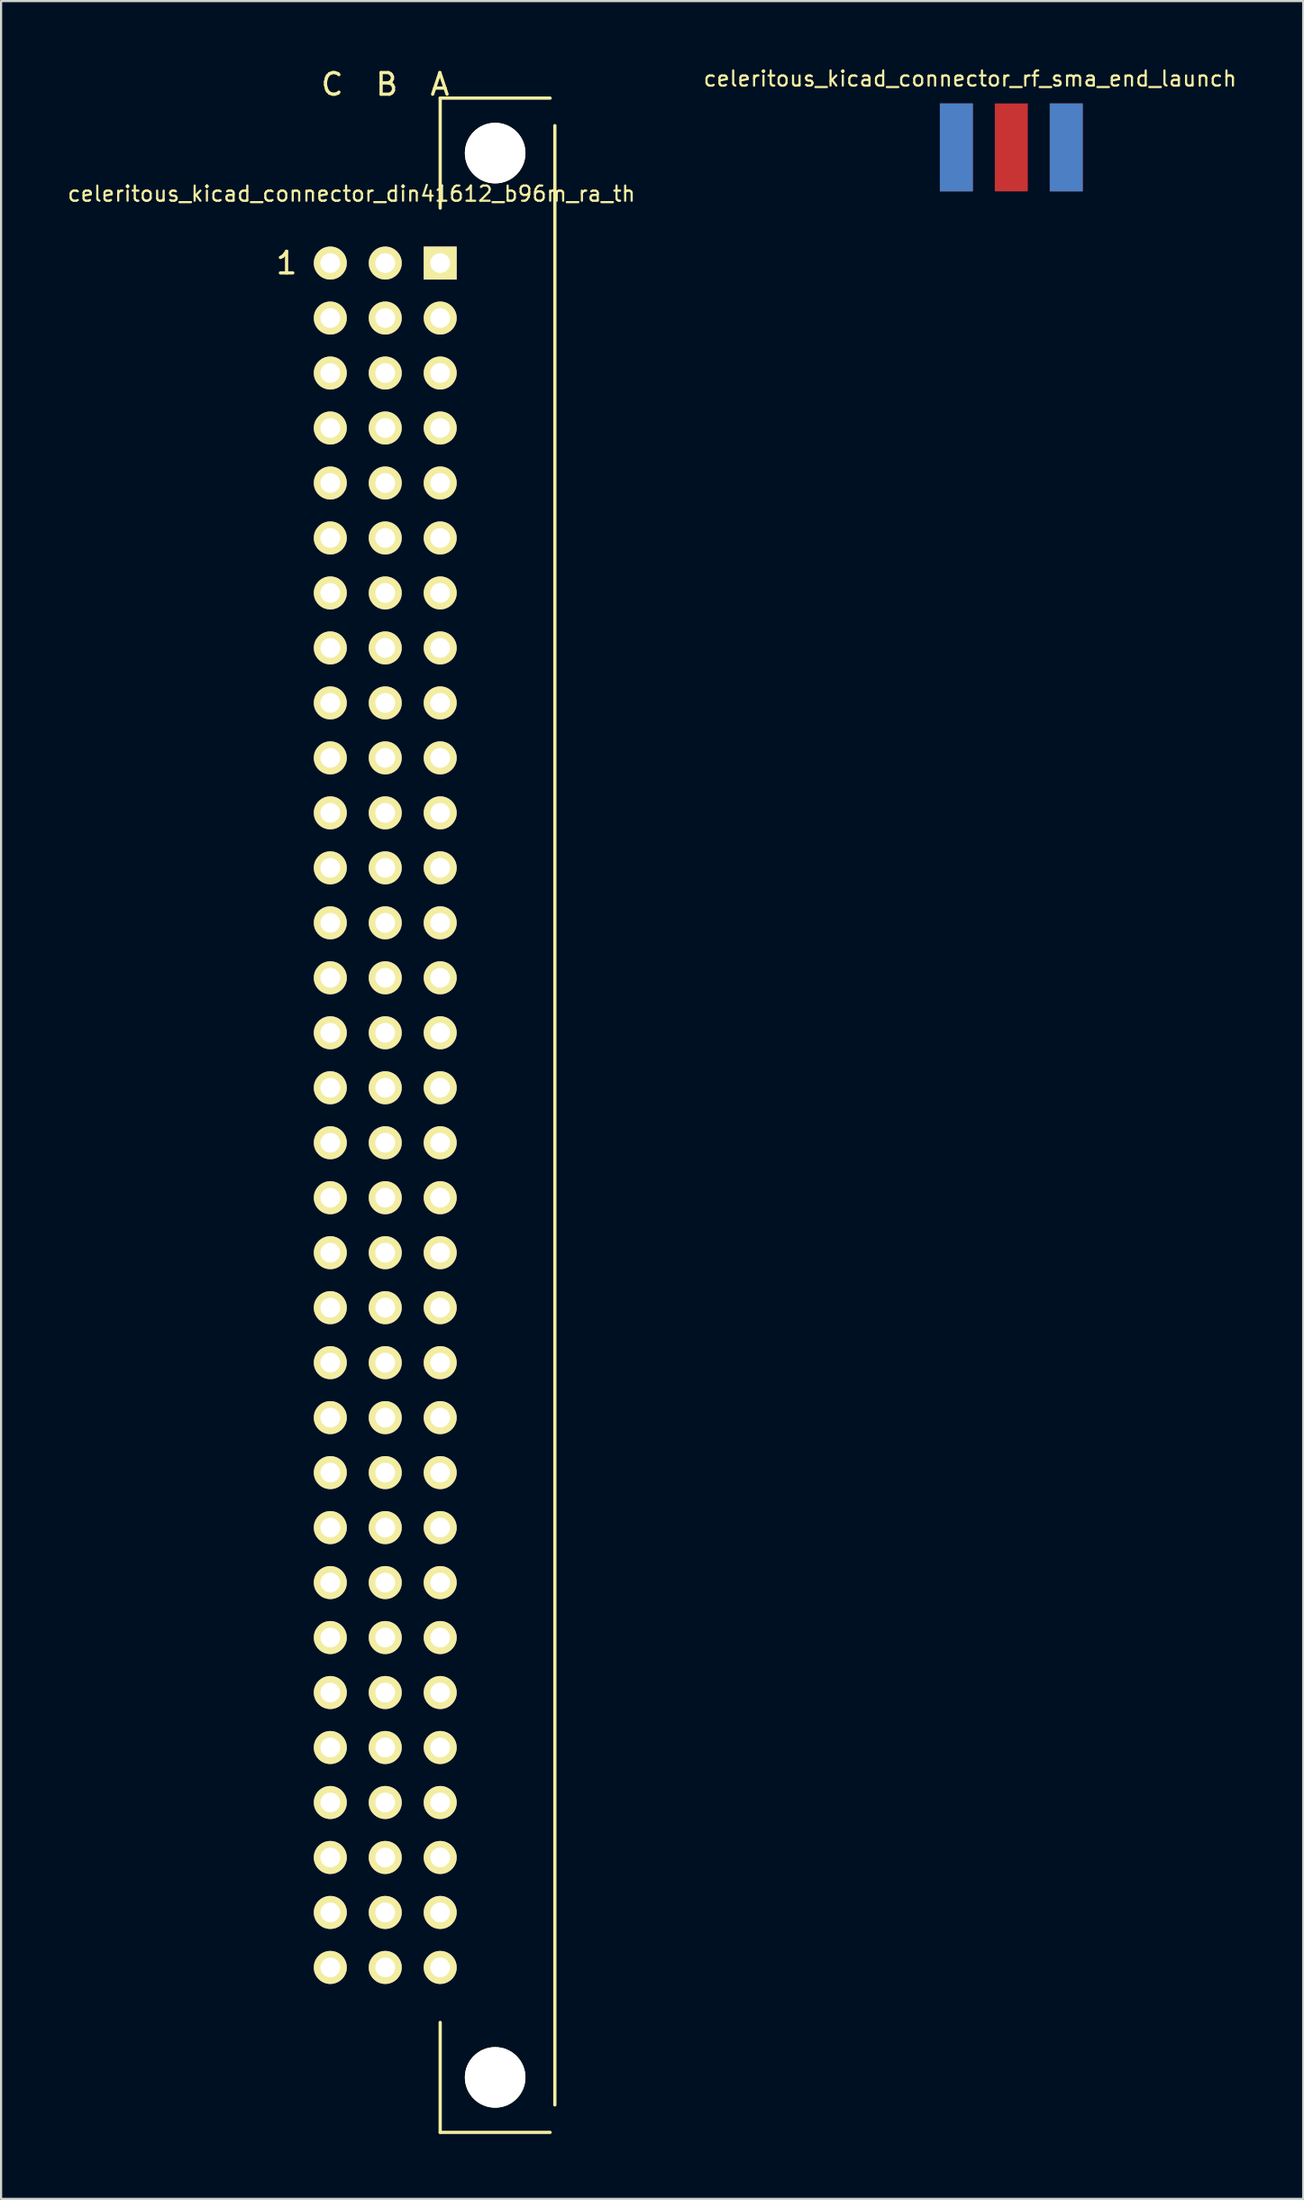
<source format=kicad_pcb>
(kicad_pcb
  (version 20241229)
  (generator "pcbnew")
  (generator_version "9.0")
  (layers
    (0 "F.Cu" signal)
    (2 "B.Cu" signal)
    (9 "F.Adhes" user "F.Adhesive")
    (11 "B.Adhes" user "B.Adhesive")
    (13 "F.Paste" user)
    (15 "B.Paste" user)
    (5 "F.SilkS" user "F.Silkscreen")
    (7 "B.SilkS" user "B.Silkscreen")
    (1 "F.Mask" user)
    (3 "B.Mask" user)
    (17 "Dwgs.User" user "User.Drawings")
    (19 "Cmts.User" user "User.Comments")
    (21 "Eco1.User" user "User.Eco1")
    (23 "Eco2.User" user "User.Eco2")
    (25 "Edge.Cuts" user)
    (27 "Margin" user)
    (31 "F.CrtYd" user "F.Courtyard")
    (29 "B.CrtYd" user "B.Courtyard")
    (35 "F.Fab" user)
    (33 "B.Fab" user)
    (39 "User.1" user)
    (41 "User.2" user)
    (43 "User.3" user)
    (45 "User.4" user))
  (footprint "celeritous_kicad_connector_din41612_b96m_ra_th"
    (layer "F.Cu")
    (at 17.297 9.103)
    (property "Reference" "celeritous_kicad_connector_din41612_b96m_ra_th" (at -4.1 -3.2 0) (layer "F.SilkS") (effects (font (size 0.7 0.7) (thickness 0.1))))
    (attr through_hole)
    (fp_line (start 0 -7.62) (end 5.08 -7.62) (stroke (width 0.15) (type solid)) (layer "F.SilkS"))
    (fp_line (start 0 -2.54) (end 0 -7.62) (stroke (width 0.15) (type solid)) (layer "F.SilkS"))
    (fp_line (start 0 81.28) (end 0 86.36) (stroke (width 0.15) (type solid)) (layer "F.SilkS"))
    (fp_line (start 0 86.36) (end 5.08 86.36) (stroke (width 0.15) (type solid)) (layer "F.SilkS"))
    (fp_line (start 5.3 85.09) (end 5.3 -6.35) (stroke (width 0.15) (type solid)) (layer "F.SilkS"))
    (fp_text user "1" (at -7.1 0 0) (layer "F.SilkS") (effects (font (size 1 1) (thickness 0.15))))
    (fp_text user "C  B  A" (at -2.54 -8.255 0) (layer "F.SilkS") (effects (font (size 1 1) (thickness 0.15))))
    (pad "" np_thru_hole circle (at 2.54 -5.08) (size 2.8 2.8) (drill 2.8) (layers "*.Cu" "*.Mask" "F.SilkS"))
    (pad "" np_thru_hole circle (at 2.54 83.82) (size 2.8 2.8) (drill 2.8) (layers "*.Cu" "*.Mask" "F.SilkS"))
    (pad "A1" thru_hole rect (at 0 0) (size 1.524 1.524) (drill 0.914) (layers "*.Cu" "*.Mask" "F.SilkS"))
    (pad "A2" thru_hole circle (at 0 2.54) (size 1.524 1.524) (drill 0.914) (layers "*.Cu" "*.Mask" "F.SilkS"))
    (pad "A3" thru_hole circle (at 0 5.08) (size 1.524 1.524) (drill 0.914) (layers "*.Cu" "*.Mask" "F.SilkS"))
    (pad "A4" thru_hole circle (at 0 7.62) (size 1.524 1.524) (drill 0.914) (layers "*.Cu" "*.Mask" "F.SilkS"))
    (pad "A5" thru_hole circle (at 0 10.16) (size 1.524 1.524) (drill 0.914) (layers "*.Cu" "*.Mask" "F.SilkS"))
    (pad "A6" thru_hole circle (at 0 12.7) (size 1.524 1.524) (drill 0.914) (layers "*.Cu" "*.Mask" "F.SilkS"))
    (pad "A7" thru_hole circle (at 0 15.24) (size 1.524 1.524) (drill 0.914) (layers "*.Cu" "*.Mask" "F.SilkS"))
    (pad "A8" thru_hole circle (at 0 17.78) (size 1.524 1.524) (drill 0.914) (layers "*.Cu" "*.Mask" "F.SilkS"))
    (pad "A9" thru_hole circle (at 0 20.32) (size 1.524 1.524) (drill 0.914) (layers "*.Cu" "*.Mask" "F.SilkS"))
    (pad "A10" thru_hole circle (at 0 22.86) (size 1.524 1.524) (drill 0.914) (layers "*.Cu" "*.Mask" "F.SilkS"))
    (pad "A11" thru_hole circle (at 0 25.4) (size 1.524 1.524) (drill 0.914) (layers "*.Cu" "*.Mask" "F.SilkS"))
    (pad "A12" thru_hole circle (at 0 27.94) (size 1.524 1.524) (drill 0.914) (layers "*.Cu" "*.Mask" "F.SilkS"))
    (pad "A13" thru_hole circle (at 0 30.48) (size 1.524 1.524) (drill 0.914) (layers "*.Cu" "*.Mask" "F.SilkS"))
    (pad "A14" thru_hole circle (at 0 33.02) (size 1.524 1.524) (drill 0.914) (layers "*.Cu" "*.Mask" "F.SilkS"))
    (pad "A15" thru_hole circle (at 0 35.56) (size 1.524 1.524) (drill 0.914) (layers "*.Cu" "*.Mask" "F.SilkS"))
    (pad "A16" thru_hole circle (at 0 38.1) (size 1.524 1.524) (drill 0.914) (layers "*.Cu" "*.Mask" "F.SilkS"))
    (pad "A17" thru_hole circle (at 0 40.64) (size 1.524 1.524) (drill 0.914) (layers "*.Cu" "*.Mask" "F.SilkS"))
    (pad "A18" thru_hole circle (at 0 43.18) (size 1.524 1.524) (drill 0.914) (layers "*.Cu" "*.Mask" "F.SilkS"))
    (pad "A19" thru_hole circle (at 0 45.72) (size 1.524 1.524) (drill 0.914) (layers "*.Cu" "*.Mask" "F.SilkS"))
    (pad "A20" thru_hole circle (at 0 48.26) (size 1.524 1.524) (drill 0.914) (layers "*.Cu" "*.Mask" "F.SilkS"))
    (pad "A21" thru_hole circle (at 0 50.8) (size 1.524 1.524) (drill 0.914) (layers "*.Cu" "*.Mask" "F.SilkS"))
    (pad "A22" thru_hole circle (at 0 53.34) (size 1.524 1.524) (drill 0.914) (layers "*.Cu" "*.Mask" "F.SilkS"))
    (pad "A23" thru_hole circle (at 0 55.88) (size 1.524 1.524) (drill 0.914) (layers "*.Cu" "*.Mask" "F.SilkS"))
    (pad "A24" thru_hole circle (at 0 58.42) (size 1.524 1.524) (drill 0.914) (layers "*.Cu" "*.Mask" "F.SilkS"))
    (pad "A25" thru_hole circle (at 0 60.96) (size 1.524 1.524) (drill 0.914) (layers "*.Cu" "*.Mask" "F.SilkS"))
    (pad "A26" thru_hole circle (at 0 63.5) (size 1.524 1.524) (drill 0.914) (layers "*.Cu" "*.Mask" "F.SilkS"))
    (pad "A27" thru_hole circle (at 0 66.04) (size 1.524 1.524) (drill 0.914) (layers "*.Cu" "*.Mask" "F.SilkS"))
    (pad "A28" thru_hole circle (at 0 68.58) (size 1.524 1.524) (drill 0.914) (layers "*.Cu" "*.Mask" "F.SilkS"))
    (pad "A29" thru_hole circle (at 0 71.12) (size 1.524 1.524) (drill 0.914) (layers "*.Cu" "*.Mask" "F.SilkS"))
    (pad "A30" thru_hole circle (at 0 73.66) (size 1.524 1.524) (drill 0.914) (layers "*.Cu" "*.Mask" "F.SilkS"))
    (pad "A31" thru_hole circle (at 0 76.2) (size 1.524 1.524) (drill 0.914) (layers "*.Cu" "*.Mask" "F.SilkS"))
    (pad "A32" thru_hole circle (at 0 78.74) (size 1.524 1.524) (drill 0.914) (layers "*.Cu" "*.Mask" "F.SilkS"))
    (pad "B1" thru_hole circle (at -2.54 0) (size 1.524 1.524) (drill 0.914) (layers "*.Cu" "*.Mask" "F.SilkS"))
    (pad "B2" thru_hole circle (at -2.54 2.54) (size 1.524 1.524) (drill 0.914) (layers "*.Cu" "*.Mask" "F.SilkS"))
    (pad "B3" thru_hole circle (at -2.54 5.08) (size 1.524 1.524) (drill 0.914) (layers "*.Cu" "*.Mask" "F.SilkS"))
    (pad "B4" thru_hole circle (at -2.54 7.62) (size 1.524 1.524) (drill 0.914) (layers "*.Cu" "*.Mask" "F.SilkS"))
    (pad "B5" thru_hole circle (at -2.54 10.16) (size 1.524 1.524) (drill 0.914) (layers "*.Cu" "*.Mask" "F.SilkS"))
    (pad "B6" thru_hole circle (at -2.54 12.7) (size 1.524 1.524) (drill 0.914) (layers "*.Cu" "*.Mask" "F.SilkS"))
    (pad "B7" thru_hole circle (at -2.54 15.24) (size 1.524 1.524) (drill 0.914) (layers "*.Cu" "*.Mask" "F.SilkS"))
    (pad "B8" thru_hole circle (at -2.54 17.78) (size 1.524 1.524) (drill 0.914) (layers "*.Cu" "*.Mask" "F.SilkS"))
    (pad "B9" thru_hole circle (at -2.54 20.32) (size 1.524 1.524) (drill 0.914) (layers "*.Cu" "*.Mask" "F.SilkS"))
    (pad "B10" thru_hole circle (at -2.54 22.86) (size 1.524 1.524) (drill 0.914) (layers "*.Cu" "*.Mask" "F.SilkS"))
    (pad "B11" thru_hole circle (at -2.54 25.4) (size 1.524 1.524) (drill 0.914) (layers "*.Cu" "*.Mask" "F.SilkS"))
    (pad "B12" thru_hole circle (at -2.54 27.94) (size 1.524 1.524) (drill 0.914) (layers "*.Cu" "*.Mask" "F.SilkS"))
    (pad "B13" thru_hole circle (at -2.54 30.48) (size 1.524 1.524) (drill 0.914) (layers "*.Cu" "*.Mask" "F.SilkS"))
    (pad "B14" thru_hole circle (at -2.54 33.02) (size 1.524 1.524) (drill 0.914) (layers "*.Cu" "*.Mask" "F.SilkS"))
    (pad "B15" thru_hole circle (at -2.54 35.56) (size 1.524 1.524) (drill 0.914) (layers "*.Cu" "*.Mask" "F.SilkS"))
    (pad "B16" thru_hole circle (at -2.54 38.1) (size 1.524 1.524) (drill 0.914) (layers "*.Cu" "*.Mask" "F.SilkS"))
    (pad "B17" thru_hole circle (at -2.54 40.64) (size 1.524 1.524) (drill 0.914) (layers "*.Cu" "*.Mask" "F.SilkS"))
    (pad "B18" thru_hole circle (at -2.54 43.18) (size 1.524 1.524) (drill 0.914) (layers "*.Cu" "*.Mask" "F.SilkS"))
    (pad "B19" thru_hole circle (at -2.54 45.72) (size 1.524 1.524) (drill 0.914) (layers "*.Cu" "*.Mask" "F.SilkS"))
    (pad "B20" thru_hole circle (at -2.54 48.26) (size 1.524 1.524) (drill 0.914) (layers "*.Cu" "*.Mask" "F.SilkS"))
    (pad "B21" thru_hole circle (at -2.54 50.8) (size 1.524 1.524) (drill 0.914) (layers "*.Cu" "*.Mask" "F.SilkS"))
    (pad "B22" thru_hole circle (at -2.54 53.34) (size 1.524 1.524) (drill 0.914) (layers "*.Cu" "*.Mask" "F.SilkS"))
    (pad "B23" thru_hole circle (at -2.54 55.88) (size 1.524 1.524) (drill 0.914) (layers "*.Cu" "*.Mask" "F.SilkS"))
    (pad "B24" thru_hole circle (at -2.54 58.42) (size 1.524 1.524) (drill 0.914) (layers "*.Cu" "*.Mask" "F.SilkS"))
    (pad "B25" thru_hole circle (at -2.54 60.96) (size 1.524 1.524) (drill 0.914) (layers "*.Cu" "*.Mask" "F.SilkS"))
    (pad "B26" thru_hole circle (at -2.54 63.5) (size 1.524 1.524) (drill 0.914) (layers "*.Cu" "*.Mask" "F.SilkS"))
    (pad "B27" thru_hole circle (at -2.54 66.04) (size 1.524 1.524) (drill 0.914) (layers "*.Cu" "*.Mask" "F.SilkS"))
    (pad "B28" thru_hole circle (at -2.54 68.58) (size 1.524 1.524) (drill 0.914) (layers "*.Cu" "*.Mask" "F.SilkS"))
    (pad "B29" thru_hole circle (at -2.54 71.12) (size 1.524 1.524) (drill 0.914) (layers "*.Cu" "*.Mask" "F.SilkS"))
    (pad "B30" thru_hole circle (at -2.54 73.66) (size 1.524 1.524) (drill 0.914) (layers "*.Cu" "*.Mask" "F.SilkS"))
    (pad "B31" thru_hole circle (at -2.54 76.2) (size 1.524 1.524) (drill 0.914) (layers "*.Cu" "*.Mask" "F.SilkS"))
    (pad "B32" thru_hole circle (at -2.54 78.74) (size 1.524 1.524) (drill 0.914) (layers "*.Cu" "*.Mask" "F.SilkS"))
    (pad "C1" thru_hole circle (at -5.08 0) (size 1.524 1.524) (drill 0.914) (layers "*.Cu" "*.Mask" "F.SilkS"))
    (pad "C2" thru_hole circle (at -5.08 2.54) (size 1.524 1.524) (drill 0.914) (layers "*.Cu" "*.Mask" "F.SilkS"))
    (pad "C3" thru_hole circle (at -5.08 5.08) (size 1.524 1.524) (drill 0.914) (layers "*.Cu" "*.Mask" "F.SilkS"))
    (pad "C4" thru_hole circle (at -5.08 7.62) (size 1.524 1.524) (drill 0.914) (layers "*.Cu" "*.Mask" "F.SilkS"))
    (pad "C5" thru_hole circle (at -5.08 10.16) (size 1.524 1.524) (drill 0.914) (layers "*.Cu" "*.Mask" "F.SilkS"))
    (pad "C6" thru_hole circle (at -5.08 12.7) (size 1.524 1.524) (drill 0.914) (layers "*.Cu" "*.Mask" "F.SilkS"))
    (pad "C7" thru_hole circle (at -5.08 15.24) (size 1.524 1.524) (drill 0.914) (layers "*.Cu" "*.Mask" "F.SilkS"))
    (pad "C8" thru_hole circle (at -5.08 17.78) (size 1.524 1.524) (drill 0.914) (layers "*.Cu" "*.Mask" "F.SilkS"))
    (pad "C9" thru_hole circle (at -5.08 20.32) (size 1.524 1.524) (drill 0.914) (layers "*.Cu" "*.Mask" "F.SilkS"))
    (pad "C10" thru_hole circle (at -5.08 22.86) (size 1.524 1.524) (drill 0.914) (layers "*.Cu" "*.Mask" "F.SilkS"))
    (pad "C11" thru_hole circle (at -5.08 25.4) (size 1.524 1.524) (drill 0.914) (layers "*.Cu" "*.Mask" "F.SilkS"))
    (pad "C12" thru_hole circle (at -5.08 27.94) (size 1.524 1.524) (drill 0.914) (layers "*.Cu" "*.Mask" "F.SilkS"))
    (pad "C13" thru_hole circle (at -5.08 30.48) (size 1.524 1.524) (drill 0.914) (layers "*.Cu" "*.Mask" "F.SilkS"))
    (pad "C14" thru_hole circle (at -5.08 33.02) (size 1.524 1.524) (drill 0.914) (layers "*.Cu" "*.Mask" "F.SilkS"))
    (pad "C15" thru_hole circle (at -5.08 35.56) (size 1.524 1.524) (drill 0.914) (layers "*.Cu" "*.Mask" "F.SilkS"))
    (pad "C16" thru_hole circle (at -5.08 38.1) (size 1.524 1.524) (drill 0.914) (layers "*.Cu" "*.Mask" "F.SilkS"))
    (pad "C17" thru_hole circle (at -5.08 40.64) (size 1.524 1.524) (drill 0.914) (layers "*.Cu" "*.Mask" "F.SilkS"))
    (pad "C18" thru_hole circle (at -5.08 43.18) (size 1.524 1.524) (drill 0.914) (layers "*.Cu" "*.Mask" "F.SilkS"))
    (pad "C19" thru_hole circle (at -5.08 45.72) (size 1.524 1.524) (drill 0.914) (layers "*.Cu" "*.Mask" "F.SilkS"))
    (pad "C20" thru_hole circle (at -5.08 48.26) (size 1.524 1.524) (drill 0.914) (layers "*.Cu" "*.Mask" "F.SilkS"))
    (pad "C21" thru_hole circle (at -5.08 50.8) (size 1.524 1.524) (drill 0.914) (layers "*.Cu" "*.Mask" "F.SilkS"))
    (pad "C22" thru_hole circle (at -5.08 53.34) (size 1.524 1.524) (drill 0.914) (layers "*.Cu" "*.Mask" "F.SilkS"))
    (pad "C23" thru_hole circle (at -5.08 55.88) (size 1.524 1.524) (drill 0.914) (layers "*.Cu" "*.Mask" "F.SilkS"))
    (pad "C24" thru_hole circle (at -5.08 58.42) (size 1.524 1.524) (drill 0.914) (layers "*.Cu" "*.Mask" "F.SilkS"))
    (pad "C25" thru_hole circle (at -5.08 60.96) (size 1.524 1.524) (drill 0.914) (layers "*.Cu" "*.Mask" "F.SilkS"))
    (pad "C26" thru_hole circle (at -5.08 63.5) (size 1.524 1.524) (drill 0.914) (layers "*.Cu" "*.Mask" "F.SilkS"))
    (pad "C27" thru_hole circle (at -5.08 66.04) (size 1.524 1.524) (drill 0.914) (layers "*.Cu" "*.Mask" "F.SilkS"))
    (pad "C28" thru_hole circle (at -5.08 68.58) (size 1.524 1.524) (drill 0.914) (layers "*.Cu" "*.Mask" "F.SilkS"))
    (pad "C29" thru_hole circle (at -5.08 71.12) (size 1.524 1.524) (drill 0.914) (layers "*.Cu" "*.Mask" "F.SilkS"))
    (pad "C30" thru_hole circle (at -5.08 73.66) (size 1.524 1.524) (drill 0.914) (layers "*.Cu" "*.Mask" "F.SilkS"))
    (pad "C31" thru_hole circle (at -5.08 76.2) (size 1.524 1.524) (drill 0.914) (layers "*.Cu" "*.Mask" "F.SilkS"))
    (pad "C32" thru_hole circle (at -5.08 78.74) (size 1.524 1.524) (drill 0.914) (layers "*.Cu" "*.Mask" "F.SilkS")))
  (footprint "celeritous_kicad_connector_rf_sma_end_launch"
    (layer "F.Cu")
    (at 43.695 3.76)
    (property "Reference" "celeritous_kicad_connector_rf_sma_end_launch" (at -1.905 -3.175 0) (layer "F.SilkS") (effects (font (size 0.7 0.7) (thickness 0.1))))
    (attr through_hole)
    (pad "1" smd rect (at 0 0) (size 1.524 4.064) (layers "F.Cu" "F.Mask" "F.Paste"))
    (pad "2" smd rect (at -2.54 0) (size 1.524 4.064) (layers "F.Cu" "F.Mask" "F.Paste"))
    (pad "3" smd rect (at 2.54 0) (size 1.524 4.064) (layers "F.Cu" "F.Mask" "F.Paste"))
    (pad "4" smd rect (at 2.54 0) (size 1.524 4.064) (layers "F.Mask" "B.Cu" "F.Paste"))
    (pad "5" smd rect (at -2.54 0) (size 1.524 4.064) (layers "F.Mask" "B.Cu" "F.Paste")))
  (gr_rect
    (start -3 -3)
    (end 57.187 98.538)
    (stroke (width 0.1) (type default))
    (fill no)
    (layer "Edge.Cuts")))
</source>
